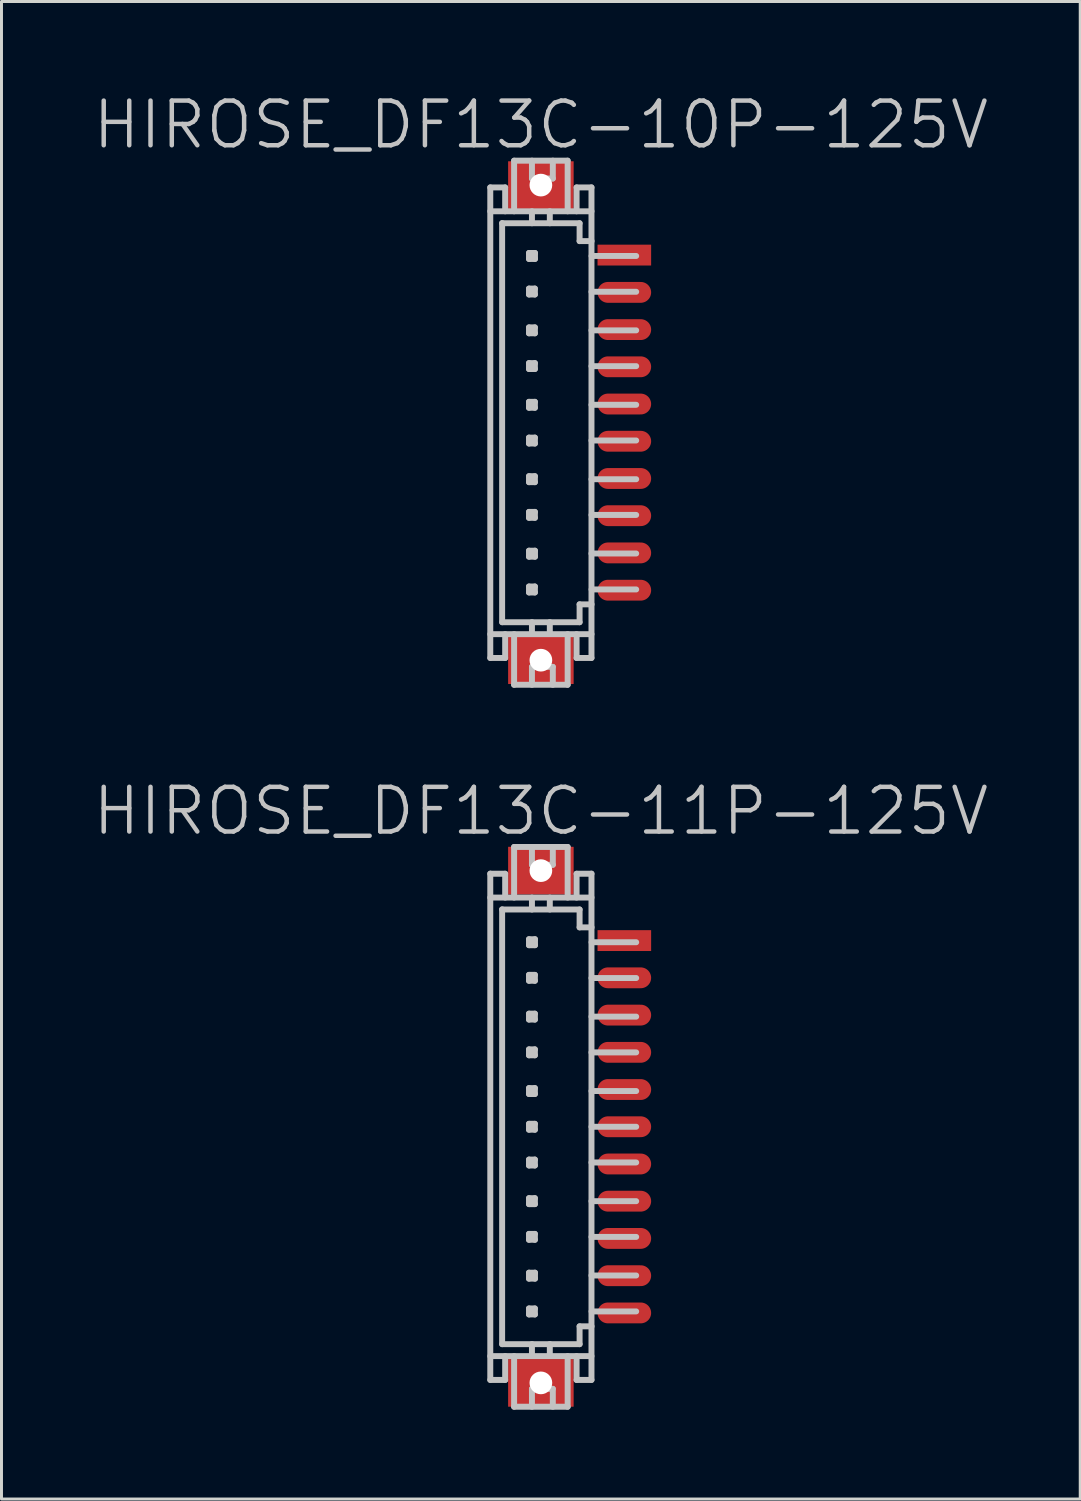
<source format=kicad_pcb>
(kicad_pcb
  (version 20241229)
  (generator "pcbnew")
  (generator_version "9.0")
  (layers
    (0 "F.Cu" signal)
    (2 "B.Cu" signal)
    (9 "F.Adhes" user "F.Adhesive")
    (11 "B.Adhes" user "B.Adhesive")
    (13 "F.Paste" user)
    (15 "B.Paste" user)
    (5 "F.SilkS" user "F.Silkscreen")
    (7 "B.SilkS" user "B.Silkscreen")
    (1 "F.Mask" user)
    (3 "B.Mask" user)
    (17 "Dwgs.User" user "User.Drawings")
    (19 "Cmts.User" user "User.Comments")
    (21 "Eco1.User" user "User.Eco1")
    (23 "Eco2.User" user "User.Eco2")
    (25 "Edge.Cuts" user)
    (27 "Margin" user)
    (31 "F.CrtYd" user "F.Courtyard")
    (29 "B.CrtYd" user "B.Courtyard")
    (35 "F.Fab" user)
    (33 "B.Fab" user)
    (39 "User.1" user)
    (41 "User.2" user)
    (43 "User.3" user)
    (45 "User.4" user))
  (footprint "HIROSE_DF13C-11P-125V"
    (layer "F.Cu")
    (at 15.111 34.783)
    (property "Reference" "HIROSE_DF13C-11P-125V" (at 0 -10.6 180) (layer "Dwgs.User") (effects (font (size 1.5 1.5) (thickness 0.15))))
    (attr smd)
    (fp_line (start -1.699 -8.499) (end -1.699 8.499) (stroke (width 0.2) (type solid)) (layer "Dwgs.User"))
    (fp_line (start -1.699 -8.496) (end -1.199 -8.496) (stroke (width 0.2) (type solid)) (layer "Dwgs.User"))
    (fp_line (start -1.699 8.501) (end -1.199 8.501) (stroke (width 0.2) (type solid)) (layer "Dwgs.User"))
    (fp_line (start -1.301 -7.295) (end 1.3 -7.295) (stroke (width 0.2) (type solid)) (layer "Dwgs.User"))
    (fp_line (start -1.301 7.3) (end -1.301 -7.3) (stroke (width 0.2) (type solid)) (layer "Dwgs.User"))
    (fp_line (start -1.298 7.3) (end 1.3 7.3) (stroke (width 0.2) (type solid)) (layer "Dwgs.User"))
    (fp_line (start -1.199 -7.696) (end -1.199 -8.496) (stroke (width 0.2) (type solid)) (layer "Dwgs.User"))
    (fp_line (start -1.199 8.501) (end -1.199 7.701) (stroke (width 0.2) (type solid)) (layer "Dwgs.User"))
    (fp_line (start -0.899 -9.395) (end -0.899 -7.696) (stroke (width 0.2) (type solid)) (layer "Dwgs.User"))
    (fp_line (start -0.899 -9.395) (end 0.899 -9.395) (stroke (width 0.2) (type solid)) (layer "Dwgs.User"))
    (fp_line (start -0.899 9.401) (end -0.899 7.701) (stroke (width 0.2) (type solid)) (layer "Dwgs.User"))
    (fp_line (start -0.399 -6.297) (end -0.399 -6.096) (stroke (width 0.2) (type solid)) (layer "Dwgs.User"))
    (fp_line (start -0.399 -6.096) (end -0.198 -6.096) (stroke (width 0.2) (type solid)) (layer "Dwgs.User"))
    (fp_line (start -0.399 -5.1) (end -0.201 -5.1) (stroke (width 0.2) (type solid)) (layer "Dwgs.User"))
    (fp_line (start -0.399 -4.902) (end -0.399 -5.1) (stroke (width 0.2) (type solid)) (layer "Dwgs.User"))
    (fp_line (start -0.399 -3.797) (end -0.201 -3.797) (stroke (width 0.2) (type solid)) (layer "Dwgs.User"))
    (fp_line (start -0.399 -3.599) (end -0.399 -3.797) (stroke (width 0.2) (type solid)) (layer "Dwgs.User"))
    (fp_line (start -0.399 -2.598) (end -0.201 -2.598) (stroke (width 0.2) (type solid)) (layer "Dwgs.User"))
    (fp_line (start -0.399 -2.4) (end -0.399 -2.598) (stroke (width 0.2) (type solid)) (layer "Dwgs.User"))
    (fp_line (start -0.399 -1.298) (end -0.201 -1.298) (stroke (width 0.2) (type solid)) (layer "Dwgs.User"))
    (fp_line (start -0.399 -1.1) (end -0.399 -1.298) (stroke (width 0.2) (type solid)) (layer "Dwgs.User"))
    (fp_line (start -0.399 -0.099) (end -0.201 -0.099) (stroke (width 0.2) (type solid)) (layer "Dwgs.User"))
    (fp_line (start -0.399 0.099) (end -0.399 -0.099) (stroke (width 0.2) (type solid)) (layer "Dwgs.User"))
    (fp_line (start -0.399 1.102) (end -0.201 1.102) (stroke (width 0.2) (type solid)) (layer "Dwgs.User"))
    (fp_line (start -0.399 1.3) (end -0.399 1.102) (stroke (width 0.2) (type solid)) (layer "Dwgs.User"))
    (fp_line (start -0.399 2.398) (end -0.201 2.398) (stroke (width 0.2) (type solid)) (layer "Dwgs.User"))
    (fp_line (start -0.399 2.598) (end -0.399 2.398) (stroke (width 0.2) (type solid)) (layer "Dwgs.User"))
    (fp_line (start -0.399 3.597) (end -0.201 3.597) (stroke (width 0.2) (type solid)) (layer "Dwgs.User"))
    (fp_line (start -0.399 3.795) (end -0.399 3.597) (stroke (width 0.2) (type solid)) (layer "Dwgs.User"))
    (fp_line (start -0.399 4.9) (end -0.198 4.9) (stroke (width 0.2) (type solid)) (layer "Dwgs.User"))
    (fp_line (start -0.399 5.1) (end -0.399 4.9) (stroke (width 0.2) (type solid)) (layer "Dwgs.User"))
    (fp_line (start -0.399 6.101) (end -0.201 6.101) (stroke (width 0.2) (type solid)) (layer "Dwgs.User"))
    (fp_line (start -0.399 6.302) (end -0.399 6.101) (stroke (width 0.2) (type solid)) (layer "Dwgs.User"))
    (fp_line (start -0.3 -8.796) (end -0.3 -9.395) (stroke (width 0.2) (type solid)) (layer "Dwgs.User"))
    (fp_line (start -0.3 -7.696) (end -0.3 -7.295) (stroke (width 0.2) (type solid)) (layer "Dwgs.User"))
    (fp_line (start -0.3 7.297) (end -0.3 7.699) (stroke (width 0.2) (type solid)) (layer "Dwgs.User"))
    (fp_line (start -0.3 8.801) (end -0.3 9.401) (stroke (width 0.2) (type solid)) (layer "Dwgs.User"))
    (fp_line (start -0.201 -5.1) (end -0.201 -4.902) (stroke (width 0.2) (type solid)) (layer "Dwgs.User"))
    (fp_line (start -0.201 -4.902) (end -0.399 -4.902) (stroke (width 0.2) (type solid)) (layer "Dwgs.User"))
    (fp_line (start -0.201 -3.797) (end -0.201 -3.599) (stroke (width 0.2) (type solid)) (layer "Dwgs.User"))
    (fp_line (start -0.201 -3.599) (end -0.399 -3.599) (stroke (width 0.2) (type solid)) (layer "Dwgs.User"))
    (fp_line (start -0.201 -2.598) (end -0.201 -2.4) (stroke (width 0.2) (type solid)) (layer "Dwgs.User"))
    (fp_line (start -0.201 -2.4) (end -0.399 -2.4) (stroke (width 0.2) (type solid)) (layer "Dwgs.User"))
    (fp_line (start -0.201 -1.298) (end -0.201 -1.1) (stroke (width 0.2) (type solid)) (layer "Dwgs.User"))
    (fp_line (start -0.201 -1.1) (end -0.399 -1.1) (stroke (width 0.2) (type solid)) (layer "Dwgs.User"))
    (fp_line (start -0.201 -0.099) (end -0.201 0.099) (stroke (width 0.2) (type solid)) (layer "Dwgs.User"))
    (fp_line (start -0.201 0.099) (end -0.399 0.099) (stroke (width 0.2) (type solid)) (layer "Dwgs.User"))
    (fp_line (start -0.201 1.102) (end -0.201 1.3) (stroke (width 0.2) (type solid)) (layer "Dwgs.User"))
    (fp_line (start -0.201 1.3) (end -0.399 1.3) (stroke (width 0.2) (type solid)) (layer "Dwgs.User"))
    (fp_line (start -0.201 2.398) (end -0.201 2.598) (stroke (width 0.2) (type solid)) (layer "Dwgs.User"))
    (fp_line (start -0.201 2.598) (end -0.399 2.598) (stroke (width 0.2) (type solid)) (layer "Dwgs.User"))
    (fp_line (start -0.201 3.597) (end -0.201 3.795) (stroke (width 0.2) (type solid)) (layer "Dwgs.User"))
    (fp_line (start -0.201 3.795) (end -0.399 3.795) (stroke (width 0.2) (type solid)) (layer "Dwgs.User"))
    (fp_line (start -0.201 6.101) (end -0.201 6.302) (stroke (width 0.2) (type solid)) (layer "Dwgs.User"))
    (fp_line (start -0.201 6.302) (end -0.399 6.302) (stroke (width 0.2) (type solid)) (layer "Dwgs.User"))
    (fp_line (start -0.198 -6.297) (end -0.399 -6.297) (stroke (width 0.2) (type solid)) (layer "Dwgs.User"))
    (fp_line (start -0.198 -6.096) (end -0.198 -6.297) (stroke (width 0.2) (type solid)) (layer "Dwgs.User"))
    (fp_line (start -0.198 4.9) (end -0.198 5.1) (stroke (width 0.2) (type solid)) (layer "Dwgs.User"))
    (fp_line (start -0.198 5.1) (end -0.399 5.1) (stroke (width 0.2) (type solid)) (layer "Dwgs.User"))
    (fp_line (start 0.3 -7.696) (end 0.3 -7.295) (stroke (width 0.2) (type solid)) (layer "Dwgs.User"))
    (fp_line (start 0.3 7.699) (end 0.3 7.297) (stroke (width 0.2) (type solid)) (layer "Dwgs.User"))
    (fp_line (start 0.401 -9.395) (end 0.401 -8.796) (stroke (width 0.2) (type solid)) (layer "Dwgs.User"))
    (fp_line (start 0.401 -8.796) (end -0.3 -8.796) (stroke (width 0.2) (type solid)) (layer "Dwgs.User"))
    (fp_line (start 0.401 8.799) (end -0.3 8.799) (stroke (width 0.2) (type solid)) (layer "Dwgs.User"))
    (fp_line (start 0.401 8.801) (end 0.401 9.401) (stroke (width 0.2) (type solid)) (layer "Dwgs.User"))
    (fp_line (start 0.899 -9.395) (end 0.899 -7.696) (stroke (width 0.2) (type solid)) (layer "Dwgs.User"))
    (fp_line (start 0.899 9.401) (end -0.899 9.401) (stroke (width 0.2) (type solid)) (layer "Dwgs.User"))
    (fp_line (start 0.899 9.401) (end 0.899 7.701) (stroke (width 0.2) (type solid)) (layer "Dwgs.User"))
    (fp_line (start 1.199 -8.496) (end 1.699 -8.496) (stroke (width 0.2) (type solid)) (layer "Dwgs.User"))
    (fp_line (start 1.199 -7.696) (end 1.199 -8.496) (stroke (width 0.2) (type solid)) (layer "Dwgs.User"))
    (fp_line (start 1.199 8.501) (end 1.199 7.701) (stroke (width 0.2) (type solid)) (layer "Dwgs.User"))
    (fp_line (start 1.199 8.501) (end 1.699 8.501) (stroke (width 0.2) (type solid)) (layer "Dwgs.User"))
    (fp_line (start 1.3 -7.295) (end 1.3 -6.695) (stroke (width 0.2) (type solid)) (layer "Dwgs.User"))
    (fp_line (start 1.3 6.701) (end 1.702 6.701) (stroke (width 0.2) (type solid)) (layer "Dwgs.User"))
    (fp_line (start 1.3 7.3) (end 1.3 6.701) (stroke (width 0.2) (type solid)) (layer "Dwgs.User"))
    (fp_line (start 1.699 -8.499) (end 1.699 8.499) (stroke (width 0.2) (type solid)) (layer "Dwgs.User"))
    (fp_line (start 1.699 -7.696) (end -1.699 -7.696) (stroke (width 0.2) (type solid)) (layer "Dwgs.User"))
    (fp_line (start 1.699 -4.994) (end 3.2 -4.994) (stroke (width 0.2) (type solid)) (layer "Dwgs.User"))
    (fp_line (start 1.699 -2.497) (end 3.2 -2.497) (stroke (width 0.2) (type solid)) (layer "Dwgs.User"))
    (fp_line (start 1.699 -1.199) (end 3.2 -1.199) (stroke (width 0.2) (type solid)) (layer "Dwgs.User"))
    (fp_line (start 1.699 3.698) (end 3.2 3.698) (stroke (width 0.2) (type solid)) (layer "Dwgs.User"))
    (fp_line (start 1.699 4.994) (end 3.2 4.994) (stroke (width 0.2) (type solid)) (layer "Dwgs.User"))
    (fp_line (start 1.699 7.701) (end -1.699 7.701) (stroke (width 0.2) (type solid)) (layer "Dwgs.User"))
    (fp_line (start 1.702 -6.695) (end 1.3 -6.695) (stroke (width 0.2) (type solid)) (layer "Dwgs.User"))
    (fp_line (start 1.702 -6.195) (end 3.2 -6.195) (stroke (width 0.2) (type solid)) (layer "Dwgs.User"))
    (fp_line (start 1.702 6.2) (end 3.2 6.2) (stroke (width 0.2) (type solid)) (layer "Dwgs.User"))
    (fp_line (start 3.2 -3.698) (end 1.699 -3.698) (stroke (width 0.2) (type solid)) (layer "Dwgs.User"))
    (fp_line (start 3.2 0) (end 1.699 0) (stroke (width 0.2) (type solid)) (layer "Dwgs.User"))
    (fp_line (start 3.2 1.199) (end 1.699 1.199) (stroke (width 0.2) (type solid)) (layer "Dwgs.User"))
    (fp_line (start 3.2 2.499) (end 1.699 2.499) (stroke (width 0.2) (type solid)) (layer "Dwgs.User"))
    (pad "" np_thru_hole rect (at -0.0001 -8.6 270) (size 1.6 2.2) (drill 0.762) (layers "F.Cu" "F.Mask" "F.Paste"))
    (pad "" np_thru_hole rect (at -0.0001 8.6 270) (size 1.6 2.2) (drill 0.762) (layers "F.Cu" "F.Mask" "F.Paste"))
    (pad "1" smd rect (at 2.802 -6.251 270) (size 0.7 1.8) (layers "F.Cu" "F.Mask" "F.Paste"))
    (pad "2" smd oval (at 2.802 -5.001 270) (size 0.7 1.8) (layers "F.Cu" "F.Mask" "F.Paste"))
    (pad "3" smd oval (at 2.802 -3.749 270) (size 0.7 1.8) (layers "F.Cu" "F.Mask" "F.Paste"))
    (pad "4" smd oval (at 2.802 -2.499 270) (size 0.7 1.8) (layers "F.Cu" "F.Mask" "F.Paste"))
    (pad "5" smd oval (at 2.802 -1.25 270) (size 0.7 1.8) (layers "F.Cu" "F.Mask" "F.Paste"))
    (pad "6" smd oval (at 2.802 0 270) (size 0.7 1.8) (layers "F.Cu" "F.Mask" "F.Paste"))
    (pad "7" smd oval (at 2.802 1.25 270) (size 0.7 1.8) (layers "F.Cu" "F.Mask" "F.Paste"))
    (pad "8" smd oval (at 2.802 2.499 270) (size 0.7 1.8) (layers "F.Cu" "F.Mask" "F.Paste"))
    (pad "9" smd oval (at 2.802 3.749 270) (size 0.7 1.8) (layers "F.Cu" "F.Mask" "F.Paste"))
    (pad "10" smd oval (at 2.802 5.001 270) (size 0.7 1.8) (layers "F.Cu" "F.Mask" "F.Paste"))
    (pad "11" smd oval (at 2.802 6.251 270) (size 0.7 1.8) (layers "F.Cu" "F.Mask" "F.Paste")))
  (footprint "HIROSE_DF13C-10P-125V"
    (layer "F.Cu")
    (at 15.111 11.141)
    (property "Reference" "HIROSE_DF13C-10P-125V" (at 0 -10 180) (layer "Dwgs.User") (effects (font (size 1.5 1.5) (thickness 0.15))))
    (attr smd)
    (fp_line (start -1.699 -7.899) (end -1.699 7.899) (stroke (width 0.2) (type solid)) (layer "Dwgs.User"))
    (fp_line (start -1.699 -7.897) (end -1.199 -7.897) (stroke (width 0.2) (type solid)) (layer "Dwgs.User"))
    (fp_line (start -1.699 7.902) (end -1.199 7.902) (stroke (width 0.2) (type solid)) (layer "Dwgs.User"))
    (fp_line (start -1.301 -6.695) (end 1.3 -6.695) (stroke (width 0.2) (type solid)) (layer "Dwgs.User"))
    (fp_line (start -1.301 6.701) (end -1.301 -6.701) (stroke (width 0.2) (type solid)) (layer "Dwgs.User"))
    (fp_line (start -1.298 6.701) (end 1.3 6.701) (stroke (width 0.2) (type solid)) (layer "Dwgs.User"))
    (fp_line (start -1.199 -7.097) (end -1.199 -7.897) (stroke (width 0.2) (type solid)) (layer "Dwgs.User"))
    (fp_line (start -1.199 7.902) (end -1.199 7.102) (stroke (width 0.2) (type solid)) (layer "Dwgs.User"))
    (fp_line (start -0.899 -8.796) (end -0.899 -7.097) (stroke (width 0.2) (type solid)) (layer "Dwgs.User"))
    (fp_line (start -0.899 -8.796) (end 0.899 -8.796) (stroke (width 0.2) (type solid)) (layer "Dwgs.User"))
    (fp_line (start -0.899 8.801) (end -0.899 7.102) (stroke (width 0.2) (type solid)) (layer "Dwgs.User"))
    (fp_line (start -0.399 -5.697) (end -0.399 -5.497) (stroke (width 0.2) (type solid)) (layer "Dwgs.User"))
    (fp_line (start -0.399 -5.497) (end -0.198 -5.497) (stroke (width 0.2) (type solid)) (layer "Dwgs.User"))
    (fp_line (start -0.399 -4.501) (end -0.201 -4.501) (stroke (width 0.2) (type solid)) (layer "Dwgs.User"))
    (fp_line (start -0.399 -4.303) (end -0.399 -4.501) (stroke (width 0.2) (type solid)) (layer "Dwgs.User"))
    (fp_line (start -0.399 -3.198) (end -0.201 -3.198) (stroke (width 0.2) (type solid)) (layer "Dwgs.User"))
    (fp_line (start -0.399 -3) (end -0.399 -3.198) (stroke (width 0.2) (type solid)) (layer "Dwgs.User"))
    (fp_line (start -0.399 -1.999) (end -0.201 -1.999) (stroke (width 0.2) (type solid)) (layer "Dwgs.User"))
    (fp_line (start -0.399 -1.801) (end -0.399 -1.999) (stroke (width 0.2) (type solid)) (layer "Dwgs.User"))
    (fp_line (start -0.399 -0.699) (end -0.201 -0.699) (stroke (width 0.2) (type solid)) (layer "Dwgs.User"))
    (fp_line (start -0.399 -0.5) (end -0.399 -0.699) (stroke (width 0.2) (type solid)) (layer "Dwgs.User"))
    (fp_line (start -0.399 0.503) (end -0.201 0.503) (stroke (width 0.2) (type solid)) (layer "Dwgs.User"))
    (fp_line (start -0.399 0.701) (end -0.399 0.503) (stroke (width 0.2) (type solid)) (layer "Dwgs.User"))
    (fp_line (start -0.399 1.798) (end -0.201 1.798) (stroke (width 0.2) (type solid)) (layer "Dwgs.User"))
    (fp_line (start -0.399 1.999) (end -0.399 1.798) (stroke (width 0.2) (type solid)) (layer "Dwgs.User"))
    (fp_line (start -0.399 2.997) (end -0.201 2.997) (stroke (width 0.2) (type solid)) (layer "Dwgs.User"))
    (fp_line (start -0.399 3.195) (end -0.399 2.997) (stroke (width 0.2) (type solid)) (layer "Dwgs.User"))
    (fp_line (start -0.399 4.3) (end -0.198 4.3) (stroke (width 0.2) (type solid)) (layer "Dwgs.User"))
    (fp_line (start -0.399 4.501) (end -0.399 4.3) (stroke (width 0.2) (type solid)) (layer "Dwgs.User"))
    (fp_line (start -0.399 5.502) (end -0.201 5.502) (stroke (width 0.2) (type solid)) (layer "Dwgs.User"))
    (fp_line (start -0.399 5.702) (end -0.399 5.502) (stroke (width 0.2) (type solid)) (layer "Dwgs.User"))
    (fp_line (start -0.3 -8.197) (end -0.3 -8.796) (stroke (width 0.2) (type solid)) (layer "Dwgs.User"))
    (fp_line (start -0.3 -7.097) (end -0.3 -6.695) (stroke (width 0.2) (type solid)) (layer "Dwgs.User"))
    (fp_line (start -0.3 6.698) (end -0.3 7.099) (stroke (width 0.2) (type solid)) (layer "Dwgs.User"))
    (fp_line (start -0.3 8.202) (end -0.3 8.801) (stroke (width 0.2) (type solid)) (layer "Dwgs.User"))
    (fp_line (start -0.201 -4.501) (end -0.201 -4.303) (stroke (width 0.2) (type solid)) (layer "Dwgs.User"))
    (fp_line (start -0.201 -4.303) (end -0.399 -4.303) (stroke (width 0.2) (type solid)) (layer "Dwgs.User"))
    (fp_line (start -0.201 -3.198) (end -0.201 -3) (stroke (width 0.2) (type solid)) (layer "Dwgs.User"))
    (fp_line (start -0.201 -3) (end -0.399 -3) (stroke (width 0.2) (type solid)) (layer "Dwgs.User"))
    (fp_line (start -0.201 -1.999) (end -0.201 -1.801) (stroke (width 0.2) (type solid)) (layer "Dwgs.User"))
    (fp_line (start -0.201 -1.801) (end -0.399 -1.801) (stroke (width 0.2) (type solid)) (layer "Dwgs.User"))
    (fp_line (start -0.201 -0.699) (end -0.201 -0.5) (stroke (width 0.2) (type solid)) (layer "Dwgs.User"))
    (fp_line (start -0.201 -0.5) (end -0.399 -0.5) (stroke (width 0.2) (type solid)) (layer "Dwgs.User"))
    (fp_line (start -0.201 0.503) (end -0.201 0.701) (stroke (width 0.2) (type solid)) (layer "Dwgs.User"))
    (fp_line (start -0.201 0.701) (end -0.399 0.701) (stroke (width 0.2) (type solid)) (layer "Dwgs.User"))
    (fp_line (start -0.201 1.798) (end -0.201 1.999) (stroke (width 0.2) (type solid)) (layer "Dwgs.User"))
    (fp_line (start -0.201 1.999) (end -0.399 1.999) (stroke (width 0.2) (type solid)) (layer "Dwgs.User"))
    (fp_line (start -0.201 2.997) (end -0.201 3.195) (stroke (width 0.2) (type solid)) (layer "Dwgs.User"))
    (fp_line (start -0.201 3.195) (end -0.399 3.195) (stroke (width 0.2) (type solid)) (layer "Dwgs.User"))
    (fp_line (start -0.201 5.502) (end -0.201 5.702) (stroke (width 0.2) (type solid)) (layer "Dwgs.User"))
    (fp_line (start -0.201 5.702) (end -0.399 5.702) (stroke (width 0.2) (type solid)) (layer "Dwgs.User"))
    (fp_line (start -0.198 -5.697) (end -0.399 -5.697) (stroke (width 0.2) (type solid)) (layer "Dwgs.User"))
    (fp_line (start -0.198 -5.497) (end -0.198 -5.697) (stroke (width 0.2) (type solid)) (layer "Dwgs.User"))
    (fp_line (start -0.198 4.3) (end -0.198 4.501) (stroke (width 0.2) (type solid)) (layer "Dwgs.User"))
    (fp_line (start -0.198 4.501) (end -0.399 4.501) (stroke (width 0.2) (type solid)) (layer "Dwgs.User"))
    (fp_line (start 0.3 -7.097) (end 0.3 -6.695) (stroke (width 0.2) (type solid)) (layer "Dwgs.User"))
    (fp_line (start 0.3 7.099) (end 0.3 6.698) (stroke (width 0.2) (type solid)) (layer "Dwgs.User"))
    (fp_line (start 0.401 -8.796) (end 0.401 -8.197) (stroke (width 0.2) (type solid)) (layer "Dwgs.User"))
    (fp_line (start 0.401 -8.197) (end -0.3 -8.197) (stroke (width 0.2) (type solid)) (layer "Dwgs.User"))
    (fp_line (start 0.401 8.199) (end -0.3 8.199) (stroke (width 0.2) (type solid)) (layer "Dwgs.User"))
    (fp_line (start 0.401 8.202) (end 0.401 8.801) (stroke (width 0.2) (type solid)) (layer "Dwgs.User"))
    (fp_line (start 0.899 -8.796) (end 0.899 -7.097) (stroke (width 0.2) (type solid)) (layer "Dwgs.User"))
    (fp_line (start 0.899 8.801) (end -0.899 8.801) (stroke (width 0.2) (type solid)) (layer "Dwgs.User"))
    (fp_line (start 0.899 8.801) (end 0.899 7.102) (stroke (width 0.2) (type solid)) (layer "Dwgs.User"))
    (fp_line (start 1.199 -7.897) (end 1.699 -7.897) (stroke (width 0.2) (type solid)) (layer "Dwgs.User"))
    (fp_line (start 1.199 -7.097) (end 1.199 -7.897) (stroke (width 0.2) (type solid)) (layer "Dwgs.User"))
    (fp_line (start 1.199 7.902) (end 1.199 7.102) (stroke (width 0.2) (type solid)) (layer "Dwgs.User"))
    (fp_line (start 1.199 7.902) (end 1.699 7.902) (stroke (width 0.2) (type solid)) (layer "Dwgs.User"))
    (fp_line (start 1.3 -6.695) (end 1.3 -6.096) (stroke (width 0.2) (type solid)) (layer "Dwgs.User"))
    (fp_line (start 1.3 6.101) (end 1.702 6.101) (stroke (width 0.2) (type solid)) (layer "Dwgs.User"))
    (fp_line (start 1.3 6.701) (end 1.3 6.101) (stroke (width 0.2) (type solid)) (layer "Dwgs.User"))
    (fp_line (start 1.699 -7.899) (end 1.699 7.899) (stroke (width 0.2) (type solid)) (layer "Dwgs.User"))
    (fp_line (start 1.699 -7.097) (end -1.699 -7.097) (stroke (width 0.2) (type solid)) (layer "Dwgs.User"))
    (fp_line (start 1.699 -4.394) (end 3.2 -4.394) (stroke (width 0.2) (type solid)) (layer "Dwgs.User"))
    (fp_line (start 1.699 -1.897) (end 3.2 -1.897) (stroke (width 0.2) (type solid)) (layer "Dwgs.User"))
    (fp_line (start 1.699 -0.599) (end 3.2 -0.599) (stroke (width 0.2) (type solid)) (layer "Dwgs.User"))
    (fp_line (start 1.699 3.099) (end 3.2 3.099) (stroke (width 0.2) (type solid)) (layer "Dwgs.User"))
    (fp_line (start 1.699 4.394) (end 3.2 4.394) (stroke (width 0.2) (type solid)) (layer "Dwgs.User"))
    (fp_line (start 1.699 7.102) (end -1.699 7.102) (stroke (width 0.2) (type solid)) (layer "Dwgs.User"))
    (fp_line (start 1.702 -6.096) (end 1.3 -6.096) (stroke (width 0.2) (type solid)) (layer "Dwgs.User"))
    (fp_line (start 1.702 -5.596) (end 3.2 -5.596) (stroke (width 0.2) (type solid)) (layer "Dwgs.User"))
    (fp_line (start 1.702 5.601) (end 3.2 5.601) (stroke (width 0.2) (type solid)) (layer "Dwgs.User"))
    (fp_line (start 3.2 -3.099) (end 1.699 -3.099) (stroke (width 0.2) (type solid)) (layer "Dwgs.User"))
    (fp_line (start 3.2 0.599) (end 1.699 0.599) (stroke (width 0.2) (type solid)) (layer "Dwgs.User"))
    (fp_line (start 3.2 1.9) (end 1.699 1.9) (stroke (width 0.2) (type solid)) (layer "Dwgs.User"))
    (pad "" np_thru_hole rect (at -0.0001 -7.976 270) (size 1.6 2.2) (drill 0.762) (layers "F.Cu" "F.Mask" "F.Paste"))
    (pad "" np_thru_hole rect (at -0.0001 7.976 270) (size 1.6 2.2) (drill 0.762) (layers "F.Cu" "F.Mask" "F.Paste"))
    (pad "1" smd rect (at 2.802 -5.626 270) (size 0.7 1.8) (layers "F.Cu" "F.Mask" "F.Paste"))
    (pad "2" smd oval (at 2.802 -4.374 270) (size 0.7 1.8) (layers "F.Cu" "F.Mask" "F.Paste"))
    (pad "3" smd oval (at 2.802 -3.124 270) (size 0.7 1.8) (layers "F.Cu" "F.Mask" "F.Paste"))
    (pad "4" smd oval (at 2.802 -1.875 270) (size 0.7 1.8) (layers "F.Cu" "F.Mask" "F.Paste"))
    (pad "5" smd oval (at 2.802 -0.625 270) (size 0.7 1.8) (layers "F.Cu" "F.Mask" "F.Paste"))
    (pad "6" smd oval (at 2.802 0.625 270) (size 0.7 1.8) (layers "F.Cu" "F.Mask" "F.Paste"))
    (pad "7" smd oval (at 2.802 1.875 270) (size 0.7 1.8) (layers "F.Cu" "F.Mask" "F.Paste"))
    (pad "8" smd oval (at 2.802 3.124 270) (size 0.7 1.8) (layers "F.Cu" "F.Mask" "F.Paste"))
    (pad "9" smd oval (at 2.802 4.374 270) (size 0.7 1.8) (layers "F.Cu" "F.Mask" "F.Paste"))
    (pad "10" smd oval (at 2.802 5.626 270) (size 0.7 1.8) (layers "F.Cu" "F.Mask" "F.Paste")))
  (gr_rect
    (start -3 -3)
    (end 33.221 47.283)
    (stroke (width 0.1) (type default))
    (fill no)
    (layer "Edge.Cuts")))
</source>
